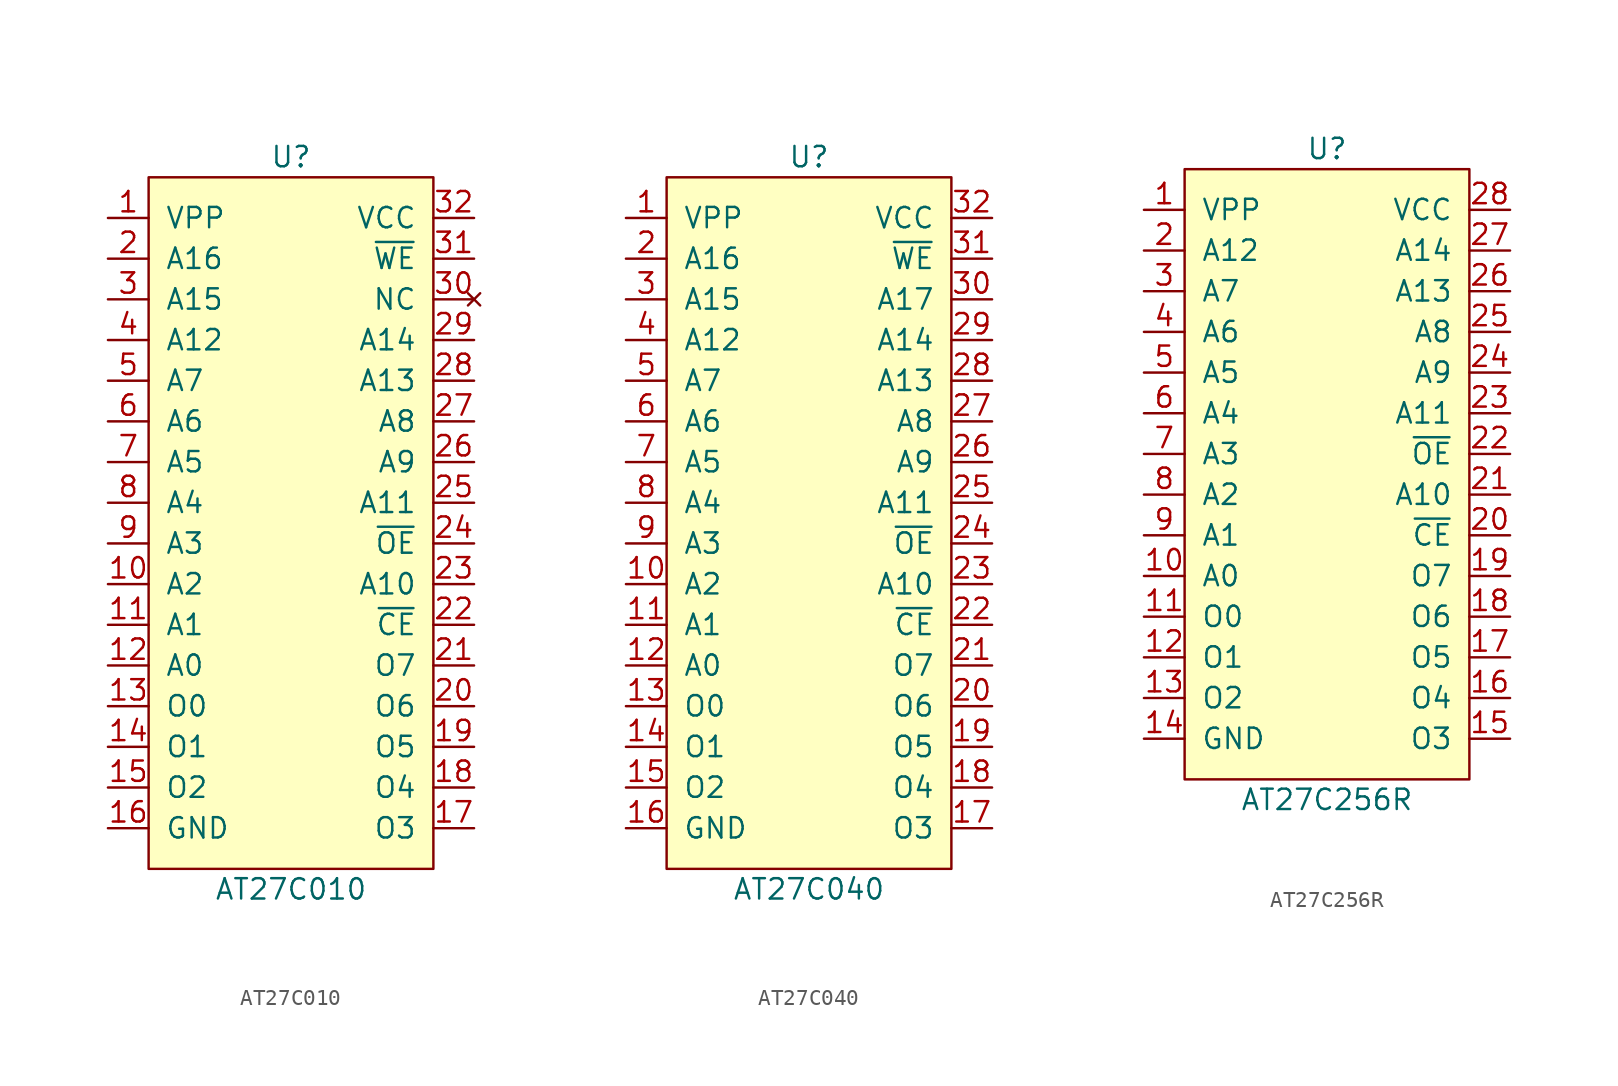
<source format=kicad_sym>
(kicad_symbol_lib
  (version 20211014)
  (generator kicad_symbol_editor)
  (symbol "AT27C010"
    (pin_names
      (offset 1.016))
    (property "Reference" "U"
      (at 0 22.86 0)
      (effects (font (size 1.27 1.27))))
    (property "Value" "AT27C010"
      (at 0 -22.86 0)
      (effects (font (size 1.27 1.27))))
    (symbol "AT27C010_1_1"
      (rectangle (start -8.89 21.59) (end 8.89 -21.59) (stroke (width 0) (type default) (color 0 0 0 0)) (fill (type background)))
      (pin power_in line (at -11.43 19.05 0) (length 2.54) (name "VPP" (effects (font (size 1.27 1.27)))) (number "1" (effects (font (size 1.27 1.27)))))
      (pin input line (at -11.43 -3.81 0) (length 2.54) (name "A2" (effects (font (size 1.27 1.27)))) (number "10" (effects (font (size 1.27 1.27)))))
      (pin input line (at -11.43 -6.35 0) (length 2.54) (name "A1" (effects (font (size 1.27 1.27)))) (number "11" (effects (font (size 1.27 1.27)))))
      (pin input line (at -11.43 -8.89 0) (length 2.54) (name "A0" (effects (font (size 1.27 1.27)))) (number "12" (effects (font (size 1.27 1.27)))))
      (pin bidirectional line (at -11.43 -11.43 0) (length 2.54) (name "O0" (effects (font (size 1.27 1.27)))) (number "13" (effects (font (size 1.27 1.27)))))
      (pin bidirectional line (at -11.43 -13.97 0) (length 2.54) (name "O1" (effects (font (size 1.27 1.27)))) (number "14" (effects (font (size 1.27 1.27)))))
      (pin bidirectional line (at -11.43 -16.51 0) (length 2.54) (name "O2" (effects (font (size 1.27 1.27)))) (number "15" (effects (font (size 1.27 1.27)))))
      (pin power_in line (at -11.43 -19.05 0) (length 2.54) (name "GND" (effects (font (size 1.27 1.27)))) (number "16" (effects (font (size 1.27 1.27)))))
      (pin bidirectional line (at 11.43 -19.05 180) (length 2.54) (name "O3" (effects (font (size 1.27 1.27)))) (number "17" (effects (font (size 1.27 1.27)))))
      (pin bidirectional line (at 11.43 -16.51 180) (length 2.54) (name "O4" (effects (font (size 1.27 1.27)))) (number "18" (effects (font (size 1.27 1.27)))))
      (pin bidirectional line (at 11.43 -13.97 180) (length 2.54) (name "O5" (effects (font (size 1.27 1.27)))) (number "19" (effects (font (size 1.27 1.27)))))
      (pin input line (at -11.43 16.51 0) (length 2.54) (name "A16" (effects (font (size 1.27 1.27)))) (number "2" (effects (font (size 1.27 1.27)))))
      (pin bidirectional line (at 11.43 -11.43 180) (length 2.54) (name "O6" (effects (font (size 1.27 1.27)))) (number "20" (effects (font (size 1.27 1.27)))))
      (pin bidirectional line (at 11.43 -8.89 180) (length 2.54) (name "O7" (effects (font (size 1.27 1.27)))) (number "21" (effects (font (size 1.27 1.27)))))
      (pin input line (at 11.43 -6.35 180) (length 2.54) (name "~{CE}" (effects (font (size 1.27 1.27)))) (number "22" (effects (font (size 1.27 1.27)))))
      (pin input line (at 11.43 -3.81 180) (length 2.54) (name "A10" (effects (font (size 1.27 1.27)))) (number "23" (effects (font (size 1.27 1.27)))))
      (pin input line (at 11.43 -1.27 180) (length 2.54) (name "~{OE}" (effects (font (size 1.27 1.27)))) (number "24" (effects (font (size 1.27 1.27)))))
      (pin input line (at 11.43 1.27 180) (length 2.54) (name "A11" (effects (font (size 1.27 1.27)))) (number "25" (effects (font (size 1.27 1.27)))))
      (pin input line (at 11.43 3.81 180) (length 2.54) (name "A9" (effects (font (size 1.27 1.27)))) (number "26" (effects (font (size 1.27 1.27)))))
      (pin input line (at 11.43 6.35 180) (length 2.54) (name "A8" (effects (font (size 1.27 1.27)))) (number "27" (effects (font (size 1.27 1.27)))))
      (pin input line (at 11.43 8.89 180) (length 2.54) (name "A13" (effects (font (size 1.27 1.27)))) (number "28" (effects (font (size 1.27 1.27)))))
      (pin input line (at 11.43 11.43 180) (length 2.54) (name "A14" (effects (font (size 1.27 1.27)))) (number "29" (effects (font (size 1.27 1.27)))))
      (pin input line (at -11.43 13.97 0) (length 2.54) (name "A15" (effects (font (size 1.27 1.27)))) (number "3" (effects (font (size 1.27 1.27)))))
      (pin no_connect line (at 11.43 13.97 180) (length 2.54) (name "NC" (effects (font (size 1.27 1.27)))) (number "30" (effects (font (size 1.27 1.27)))))
      (pin input line (at 11.43 16.51 180) (length 2.54) (name "~{WE}" (effects (font (size 1.27 1.27)))) (number "31" (effects (font (size 1.27 1.27)))))
      (pin power_in line (at 11.43 19.05 180) (length 2.54) (name "VCC" (effects (font (size 1.27 1.27)))) (number "32" (effects (font (size 1.27 1.27)))))
      (pin input line (at -11.43 11.43 0) (length 2.54) (name "A12" (effects (font (size 1.27 1.27)))) (number "4" (effects (font (size 1.27 1.27)))))
      (pin input line (at -11.43 8.89 0) (length 2.54) (name "A7" (effects (font (size 1.27 1.27)))) (number "5" (effects (font (size 1.27 1.27)))))
      (pin input line (at -11.43 6.35 0) (length 2.54) (name "A6" (effects (font (size 1.27 1.27)))) (number "6" (effects (font (size 1.27 1.27)))))
      (pin input line (at -11.43 3.81 0) (length 2.54) (name "A5" (effects (font (size 1.27 1.27)))) (number "7" (effects (font (size 1.27 1.27)))))
      (pin input line (at -11.43 1.27 0) (length 2.54) (name "A4" (effects (font (size 1.27 1.27)))) (number "8" (effects (font (size 1.27 1.27)))))
      (pin input line (at -11.43 -1.27 0) (length 2.54) (name "A3" (effects (font (size 1.27 1.27)))) (number "9" (effects (font (size 1.27 1.27)))))))
  (symbol "AT27C040"
    (pin_names
      (offset 1.016))
    (property "Reference" "U"
      (at 0 22.86 0)
      (effects (font (size 1.27 1.27))))
    (property "Value" "AT27C040"
      (at 0 -22.86 0)
      (effects (font (size 1.27 1.27))))
    (symbol "AT27C040_1_1"
      (rectangle (start -8.89 21.59) (end 8.89 -21.59) (stroke (width 0) (type default) (color 0 0 0 0)) (fill (type background)))
      (pin power_in line (at -11.43 19.05 0) (length 2.54) (name "VPP" (effects (font (size 1.27 1.27)))) (number "1" (effects (font (size 1.27 1.27)))))
      (pin input line (at -11.43 -3.81 0) (length 2.54) (name "A2" (effects (font (size 1.27 1.27)))) (number "10" (effects (font (size 1.27 1.27)))))
      (pin input line (at -11.43 -6.35 0) (length 2.54) (name "A1" (effects (font (size 1.27 1.27)))) (number "11" (effects (font (size 1.27 1.27)))))
      (pin input line (at -11.43 -8.89 0) (length 2.54) (name "A0" (effects (font (size 1.27 1.27)))) (number "12" (effects (font (size 1.27 1.27)))))
      (pin bidirectional line (at -11.43 -11.43 0) (length 2.54) (name "O0" (effects (font (size 1.27 1.27)))) (number "13" (effects (font (size 1.27 1.27)))))
      (pin bidirectional line (at -11.43 -13.97 0) (length 2.54) (name "O1" (effects (font (size 1.27 1.27)))) (number "14" (effects (font (size 1.27 1.27)))))
      (pin bidirectional line (at -11.43 -16.51 0) (length 2.54) (name "O2" (effects (font (size 1.27 1.27)))) (number "15" (effects (font (size 1.27 1.27)))))
      (pin power_in line (at -11.43 -19.05 0) (length 2.54) (name "GND" (effects (font (size 1.27 1.27)))) (number "16" (effects (font (size 1.27 1.27)))))
      (pin bidirectional line (at 11.43 -19.05 180) (length 2.54) (name "O3" (effects (font (size 1.27 1.27)))) (number "17" (effects (font (size 1.27 1.27)))))
      (pin bidirectional line (at 11.43 -16.51 180) (length 2.54) (name "O4" (effects (font (size 1.27 1.27)))) (number "18" (effects (font (size 1.27 1.27)))))
      (pin bidirectional line (at 11.43 -13.97 180) (length 2.54) (name "O5" (effects (font (size 1.27 1.27)))) (number "19" (effects (font (size 1.27 1.27)))))
      (pin input line (at -11.43 16.51 0) (length 2.54) (name "A16" (effects (font (size 1.27 1.27)))) (number "2" (effects (font (size 1.27 1.27)))))
      (pin bidirectional line (at 11.43 -11.43 180) (length 2.54) (name "O6" (effects (font (size 1.27 1.27)))) (number "20" (effects (font (size 1.27 1.27)))))
      (pin bidirectional line (at 11.43 -8.89 180) (length 2.54) (name "O7" (effects (font (size 1.27 1.27)))) (number "21" (effects (font (size 1.27 1.27)))))
      (pin input line (at 11.43 -6.35 180) (length 2.54) (name "~{CE}" (effects (font (size 1.27 1.27)))) (number "22" (effects (font (size 1.27 1.27)))))
      (pin input line (at 11.43 -3.81 180) (length 2.54) (name "A10" (effects (font (size 1.27 1.27)))) (number "23" (effects (font (size 1.27 1.27)))))
      (pin input line (at 11.43 -1.27 180) (length 2.54) (name "~{OE}" (effects (font (size 1.27 1.27)))) (number "24" (effects (font (size 1.27 1.27)))))
      (pin input line (at 11.43 1.27 180) (length 2.54) (name "A11" (effects (font (size 1.27 1.27)))) (number "25" (effects (font (size 1.27 1.27)))))
      (pin input line (at 11.43 3.81 180) (length 2.54) (name "A9" (effects (font (size 1.27 1.27)))) (number "26" (effects (font (size 1.27 1.27)))))
      (pin input line (at 11.43 6.35 180) (length 2.54) (name "A8" (effects (font (size 1.27 1.27)))) (number "27" (effects (font (size 1.27 1.27)))))
      (pin input line (at 11.43 8.89 180) (length 2.54) (name "A13" (effects (font (size 1.27 1.27)))) (number "28" (effects (font (size 1.27 1.27)))))
      (pin input line (at 11.43 11.43 180) (length 2.54) (name "A14" (effects (font (size 1.27 1.27)))) (number "29" (effects (font (size 1.27 1.27)))))
      (pin input line (at -11.43 13.97 0) (length 2.54) (name "A15" (effects (font (size 1.27 1.27)))) (number "3" (effects (font (size 1.27 1.27)))))
      (pin input line (at 11.43 13.97 180) (length 2.54) (name "A17" (effects (font (size 1.27 1.27)))) (number "30" (effects (font (size 1.27 1.27)))))
      (pin input line (at 11.43 16.51 180) (length 2.54) (name "~{WE}" (effects (font (size 1.27 1.27)))) (number "31" (effects (font (size 1.27 1.27)))))
      (pin power_in line (at 11.43 19.05 180) (length 2.54) (name "VCC" (effects (font (size 1.27 1.27)))) (number "32" (effects (font (size 1.27 1.27)))))
      (pin input line (at -11.43 11.43 0) (length 2.54) (name "A12" (effects (font (size 1.27 1.27)))) (number "4" (effects (font (size 1.27 1.27)))))
      (pin input line (at -11.43 8.89 0) (length 2.54) (name "A7" (effects (font (size 1.27 1.27)))) (number "5" (effects (font (size 1.27 1.27)))))
      (pin input line (at -11.43 6.35 0) (length 2.54) (name "A6" (effects (font (size 1.27 1.27)))) (number "6" (effects (font (size 1.27 1.27)))))
      (pin input line (at -11.43 3.81 0) (length 2.54) (name "A5" (effects (font (size 1.27 1.27)))) (number "7" (effects (font (size 1.27 1.27)))))
      (pin input line (at -11.43 1.27 0) (length 2.54) (name "A4" (effects (font (size 1.27 1.27)))) (number "8" (effects (font (size 1.27 1.27)))))
      (pin input line (at -11.43 -1.27 0) (length 2.54) (name "A3" (effects (font (size 1.27 1.27)))) (number "9" (effects (font (size 1.27 1.27)))))))
  (symbol "AT27C256R"
    (pin_names
      (offset 1.016))
    (property "Reference" "U"
      (at 0 20.32 0)
      (effects (font (size 1.27 1.27))))
    (property "Value" "AT27C256R"
      (at 0 -20.32 0)
      (effects (font (size 1.27 1.27))))
    (symbol "AT27C256R_0_1"
      (rectangle (start -8.89 19.05) (end 8.89 -19.05) (stroke (width 0) (type default) (color 0 0 0 0)) (fill (type background))))
    (symbol "AT27C256R_1_1"
      (pin power_in line (at -11.43 16.51 0) (length 2.54) (name "VPP" (effects (font (size 1.27 1.27)))) (number "1" (effects (font (size 1.27 1.27)))))
      (pin input line (at -11.43 -6.35 0) (length 2.54) (name "A0" (effects (font (size 1.27 1.27)))) (number "10" (effects (font (size 1.27 1.27)))))
      (pin output line (at -11.43 -8.89 0) (length 2.54) (name "O0" (effects (font (size 1.27 1.27)))) (number "11" (effects (font (size 1.27 1.27)))))
      (pin output line (at -11.43 -11.43 0) (length 2.54) (name "O1" (effects (font (size 1.27 1.27)))) (number "12" (effects (font (size 1.27 1.27)))))
      (pin output line (at -11.43 -13.97 0) (length 2.54) (name "O2" (effects (font (size 1.27 1.27)))) (number "13" (effects (font (size 1.27 1.27)))))
      (pin power_in line (at -11.43 -16.51 0) (length 2.54) (name "GND" (effects (font (size 1.27 1.27)))) (number "14" (effects (font (size 1.27 1.27)))))
      (pin output line (at 11.43 -16.51 180) (length 2.54) (name "O3" (effects (font (size 1.27 1.27)))) (number "15" (effects (font (size 1.27 1.27)))))
      (pin output line (at 11.43 -13.97 180) (length 2.54) (name "O4" (effects (font (size 1.27 1.27)))) (number "16" (effects (font (size 1.27 1.27)))))
      (pin output line (at 11.43 -11.43 180) (length 2.54) (name "O5" (effects (font (size 1.27 1.27)))) (number "17" (effects (font (size 1.27 1.27)))))
      (pin output line (at 11.43 -8.89 180) (length 2.54) (name "O6" (effects (font (size 1.27 1.27)))) (number "18" (effects (font (size 1.27 1.27)))))
      (pin output line (at 11.43 -6.35 180) (length 2.54) (name "O7" (effects (font (size 1.27 1.27)))) (number "19" (effects (font (size 1.27 1.27)))))
      (pin input line (at -11.43 13.97 0) (length 2.54) (name "A12" (effects (font (size 1.27 1.27)))) (number "2" (effects (font (size 1.27 1.27)))))
      (pin input line (at 11.43 -3.81 180) (length 2.54) (name "~{CE}" (effects (font (size 1.27 1.27)))) (number "20" (effects (font (size 1.27 1.27)))))
      (pin input line (at 11.43 -1.27 180) (length 2.54) (name "A10" (effects (font (size 1.27 1.27)))) (number "21" (effects (font (size 1.27 1.27)))))
      (pin input line (at 11.43 1.27 180) (length 2.54) (name "~{OE}" (effects (font (size 1.27 1.27)))) (number "22" (effects (font (size 1.27 1.27)))))
      (pin input line (at 11.43 3.81 180) (length 2.54) (name "A11" (effects (font (size 1.27 1.27)))) (number "23" (effects (font (size 1.27 1.27)))))
      (pin input line (at 11.43 6.35 180) (length 2.54) (name "A9" (effects (font (size 1.27 1.27)))) (number "24" (effects (font (size 1.27 1.27)))))
      (pin input line (at 11.43 8.89 180) (length 2.54) (name "A8" (effects (font (size 1.27 1.27)))) (number "25" (effects (font (size 1.27 1.27)))))
      (pin input line (at 11.43 11.43 180) (length 2.54) (name "A13" (effects (font (size 1.27 1.27)))) (number "26" (effects (font (size 1.27 1.27)))))
      (pin input line (at 11.43 13.97 180) (length 2.54) (name "A14" (effects (font (size 1.27 1.27)))) (number "27" (effects (font (size 1.27 1.27)))))
      (pin power_in line (at 11.43 16.51 180) (length 2.54) (name "VCC" (effects (font (size 1.27 1.27)))) (number "28" (effects (font (size 1.27 1.27)))))
      (pin input line (at -11.43 11.43 0) (length 2.54) (name "A7" (effects (font (size 1.27 1.27)))) (number "3" (effects (font (size 1.27 1.27)))))
      (pin input line (at -11.43 8.89 0) (length 2.54) (name "A6" (effects (font (size 1.27 1.27)))) (number "4" (effects (font (size 1.27 1.27)))))
      (pin input line (at -11.43 6.35 0) (length 2.54) (name "A5" (effects (font (size 1.27 1.27)))) (number "5" (effects (font (size 1.27 1.27)))))
      (pin input line (at -11.43 3.81 0) (length 2.54) (name "A4" (effects (font (size 1.27 1.27)))) (number "6" (effects (font (size 1.27 1.27)))))
      (pin input line (at -11.43 1.27 0) (length 2.54) (name "A3" (effects (font (size 1.27 1.27)))) (number "7" (effects (font (size 1.27 1.27)))))
      (pin input line (at -11.43 -1.27 0) (length 2.54) (name "A2" (effects (font (size 1.27 1.27)))) (number "8" (effects (font (size 1.27 1.27)))))
      (pin input line (at -11.43 -3.81 0) (length 2.54) (name "A1" (effects (font (size 1.27 1.27)))) (number "9" (effects (font (size 1.27 1.27))))))))
</source>
